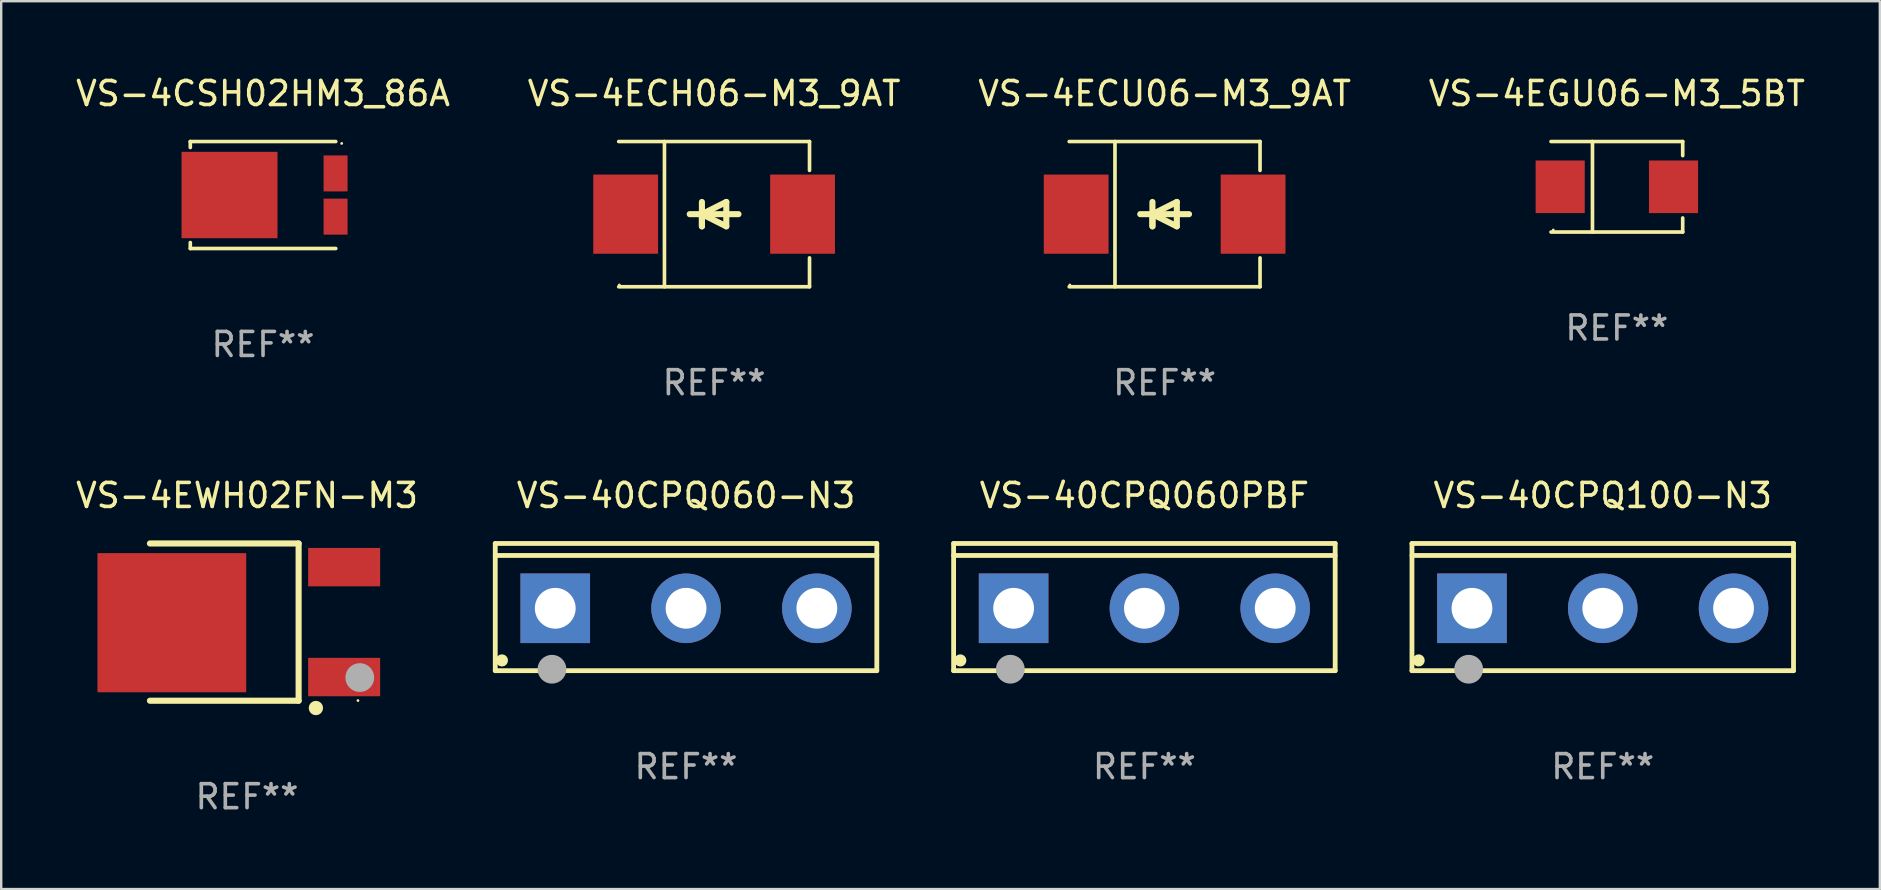
<source format=kicad_pcb>
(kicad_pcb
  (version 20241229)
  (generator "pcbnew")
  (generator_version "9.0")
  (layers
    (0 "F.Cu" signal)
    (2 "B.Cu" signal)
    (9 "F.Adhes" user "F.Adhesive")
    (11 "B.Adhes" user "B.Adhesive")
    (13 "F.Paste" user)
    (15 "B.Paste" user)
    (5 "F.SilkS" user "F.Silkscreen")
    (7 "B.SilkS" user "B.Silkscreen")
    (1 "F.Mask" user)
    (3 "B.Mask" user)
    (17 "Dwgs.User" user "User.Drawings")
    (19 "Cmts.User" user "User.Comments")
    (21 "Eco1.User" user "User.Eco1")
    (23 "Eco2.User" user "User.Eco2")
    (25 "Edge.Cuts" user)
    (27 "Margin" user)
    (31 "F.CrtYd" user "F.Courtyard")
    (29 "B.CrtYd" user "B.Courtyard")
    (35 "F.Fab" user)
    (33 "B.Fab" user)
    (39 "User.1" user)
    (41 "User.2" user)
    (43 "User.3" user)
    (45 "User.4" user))
  (footprint "VS-4ECH06-M3_9AT"
    (layer "F.Cu")
    (at 26.708 5.874)
    (property "Reference" "VS-4ECH06-M3_9AT" (at 0 -5.026 0) (layer "F.SilkS") (effects (font (size 1 1) (thickness 0.15))))
    (attr through_hole)
    (fp_line (start -3.976 -3.026) (end 3.976 -3.026) (stroke (width 0.152) (type solid)) (layer "F.SilkS"))
    (fp_line (start -3.976 3.026) (end 3.976 3.026) (stroke (width 0.152) (type solid)) (layer "F.SilkS"))
    (fp_line (start -2.069 -3.026) (end -2.069 3.026) (stroke (width 0.152) (type solid)) (layer "F.SilkS"))
    (fp_line (start -0.508 0) (end -0.508 0.508) (stroke (width 0.254) (type solid)) (layer "F.SilkS"))
    (fp_line (start -0.508 0) (end 0.508 0.508) (stroke (width 0.254) (type solid)) (layer "F.SilkS"))
    (fp_line (start -0.508 0.508) (end -0.508 -0.508) (stroke (width 0.254) (type solid)) (layer "F.SilkS"))
    (fp_line (start 0.508 -0.508) (end -0.508 0) (stroke (width 0.254) (type solid)) (layer "F.SilkS"))
    (fp_line (start 0.508 0.508) (end 0.508 -0.508) (stroke (width 0.254) (type solid)) (layer "F.SilkS"))
    (fp_line (start 1.016 0) (end -1.016 0) (stroke (width 0.254) (type solid)) (layer "F.SilkS"))
    (fp_line (start 3.976 -3.026) (end 3.976 -1.823) (stroke (width 0.152) (type solid)) (layer "F.SilkS"))
    (fp_line (start 3.976 3.026) (end 3.976 1.823) (stroke (width 0.152) (type solid)) (layer "F.SilkS"))
    (fp_circle (center -3.95 2.95) (end -3.92 2.95) (stroke (width 0.06) (type solid)) (fill no) (layer "F.SilkS"))
    (fp_text user "REF**" (at 0 7.026 0) (layer "F.Fab") (effects (font (size 1 1) (thickness 0.15))))
    (pad "1" smd rect (at -3.686 0) (size 2.7 3.3) (layers "F.Cu" "F.Mask" "F.Paste"))
    (pad "2" smd rect (at 3.686 0) (size 2.7 3.3) (layers "F.Cu" "F.Mask" "F.Paste")))
  (footprint "VS-40CPQ060PBF"
    (layer "F.Cu")
    (at 44.639 22.248)
    (property "Reference" "VS-40CPQ060PBF" (at 0 -4.65 0) (layer "F.SilkS") (effects (font (size 1 1) (thickness 0.15))))
    (attr through_hole)
    (fp_line (start -7.95 -2.65) (end -7.95 2.65) (stroke (width 0.2) (type solid)) (layer "F.SilkS"))
    (fp_line (start -7.95 -2.15) (end 7.95 -2.15) (stroke (width 0.2) (type solid)) (layer "F.SilkS"))
    (fp_line (start -7.95 2.65) (end 7.95 2.65) (stroke (width 0.2) (type solid)) (layer "F.SilkS"))
    (fp_line (start 7.95 -2.65) (end -7.95 -2.65) (stroke (width 0.2) (type solid)) (layer "F.SilkS"))
    (fp_line (start 7.95 2.65) (end 7.95 -2.65) (stroke (width 0.2) (type solid)) (layer "F.SilkS"))
    (fp_circle (center -7.672 2.223) (end -7.545 2.223) (stroke (width 0.254) (type solid)) (fill no) (layer "F.SilkS"))
    (fp_circle (center -5.587 2.59) (end -5.287 2.59) (stroke (width 0.6) (type solid)) (fill no) (layer "F.Fab"))
    (fp_text user "REF**" (at 0 6.65 0) (layer "F.Fab") (effects (font (size 1 1) (thickness 0.15))))
    (pad "1" thru_hole rect (at -5.45 0.05) (size 2.9 2.9) (drill 1.7) (layers "*.Cu" "*.Mask"))
    (pad "2" thru_hole circle (at 0.001 0.05) (size 2.9 2.9) (drill 1.7) (layers "*.Cu" "*.Mask"))
    (pad "3" thru_hole circle (at 5.451 0.05) (size 2.9 2.9) (drill 1.7) (layers "*.Cu" "*.Mask")))
  (footprint "VS-4CSH02HM3_86A"
    (layer "F.Cu")
    (at 7.911 5.077)
    (property "Reference" "VS-4CSH02HM3_86A" (at 0 -4.229 0) (layer "F.SilkS") (effects (font (size 1 1) (thickness 0.15))))
    (attr through_hole)
    (fp_line (start -3.031 -2.229) (end -3.031 -1.98) (stroke (width 0.152) (type solid)) (layer "F.SilkS"))
    (fp_line (start -3.031 1.98) (end -3.031 2.229) (stroke (width 0.152) (type solid)) (layer "F.SilkS"))
    (fp_line (start 3.031 -2.229) (end -3.031 -2.229) (stroke (width 0.152) (type solid)) (layer "F.SilkS"))
    (fp_line (start 3.031 2.229) (end -3.031 2.229) (stroke (width 0.152) (type solid)) (layer "F.SilkS"))
    (fp_circle (center 3.278 -2.15) (end 3.308 -2.15) (stroke (width 0.06) (type solid)) (fill no) (layer "F.SilkS"))
    (fp_text user "REF**" (at 0 6.229 0) (layer "F.Fab") (effects (font (size 1 1) (thickness 0.15))))
    (pad "1" smd rect (at 3.023 -0.9) (size 1 1.5) (layers "F.Cu" "F.Mask" "F.Paste"))
    (pad "2" smd rect (at 3.023 0.9) (size 1 1.5) (layers "F.Cu" "F.Mask" "F.Paste"))
    (pad "3" smd rect (at -1.397 0) (size 4 3.6) (layers "F.Cu" "F.Mask" "F.Paste")))
  (footprint "VS-4EWH02FN-M3"
    (layer "F.Cu")
    (at 7.244 22.874)
    (property "Reference" "VS-4EWH02FN-M3" (at 0 -5.277 0) (layer "F.SilkS") (effects (font (size 1 1) (thickness 0.15))))
    (attr through_hole)
    (fp_line (start -4.047 -3.277) (end 2.15 -3.277) (stroke (width 0.254) (type solid)) (layer "F.SilkS"))
    (fp_line (start 2.15 -3.277) (end 2.15 3.277) (stroke (width 0.254) (type solid)) (layer "F.SilkS"))
    (fp_line (start 2.15 3.277) (end -4.047 3.277) (stroke (width 0.254) (type solid)) (layer "F.SilkS"))
    (fp_circle (center 2.87 3.581) (end 3.02 3.581) (stroke (width 0.3) (type solid)) (fill no) (layer "F.SilkS"))
    (fp_circle (center 4.623 3.27) (end 4.653 3.27) (stroke (width 0.06) (type solid)) (fill no) (layer "F.SilkS"))
    (fp_circle (center 4.699 2.311) (end 4.999 2.311) (stroke (width 0.6) (type solid)) (fill no) (layer "F.Fab"))
    (fp_text user "REF**" (at 0 7.277 0) (layer "F.Fab") (effects (font (size 1 1) (thickness 0.15))))
    (pad "1" smd rect (at 4.047 2.29) (size 3 1.6) (layers "F.Cu" "F.Mask" "F.Paste"))
    (pad "3" smd rect (at 4.047 -2.29) (size 3 1.6) (layers "F.Cu" "F.Mask" "F.Paste"))
    (pad "4" smd rect (at -3.133 0.025) (size 6.2 5.8) (layers "F.Cu" "F.Mask" "F.Paste")))
  (footprint "VS-4ECU06-M3_9AT"
    (layer "F.Cu")
    (at 45.482 5.874)
    (property "Reference" "VS-4ECU06-M3_9AT" (at 0 -5.026 0) (layer "F.SilkS") (effects (font (size 1 1) (thickness 0.15))))
    (attr through_hole)
    (fp_line (start -3.976 -3.026) (end 3.976 -3.026) (stroke (width 0.152) (type solid)) (layer "F.SilkS"))
    (fp_line (start -3.976 3.026) (end 3.976 3.026) (stroke (width 0.152) (type solid)) (layer "F.SilkS"))
    (fp_line (start -2.069 -3.026) (end -2.069 3.026) (stroke (width 0.152) (type solid)) (layer "F.SilkS"))
    (fp_line (start -0.508 0) (end -0.508 0.508) (stroke (width 0.254) (type solid)) (layer "F.SilkS"))
    (fp_line (start -0.508 0) (end 0.508 0.508) (stroke (width 0.254) (type solid)) (layer "F.SilkS"))
    (fp_line (start -0.508 0.508) (end -0.508 -0.508) (stroke (width 0.254) (type solid)) (layer "F.SilkS"))
    (fp_line (start 0.508 -0.508) (end -0.508 0) (stroke (width 0.254) (type solid)) (layer "F.SilkS"))
    (fp_line (start 0.508 0.508) (end 0.508 -0.508) (stroke (width 0.254) (type solid)) (layer "F.SilkS"))
    (fp_line (start 1.016 0) (end -1.016 0) (stroke (width 0.254) (type solid)) (layer "F.SilkS"))
    (fp_line (start 3.976 -3.026) (end 3.976 -1.823) (stroke (width 0.152) (type solid)) (layer "F.SilkS"))
    (fp_line (start 3.976 3.026) (end 3.976 1.823) (stroke (width 0.152) (type solid)) (layer "F.SilkS"))
    (fp_circle (center -3.95 2.95) (end -3.92 2.95) (stroke (width 0.06) (type solid)) (fill no) (layer "F.SilkS"))
    (fp_text user "REF**" (at 0 7.026 0) (layer "F.Fab") (effects (font (size 1 1) (thickness 0.15))))
    (pad "1" smd rect (at -3.686 0) (size 2.7 3.3) (layers "F.Cu" "F.Mask" "F.Paste"))
    (pad "2" smd rect (at 3.686 0) (size 2.7 3.3) (layers "F.Cu" "F.Mask" "F.Paste")))
  (footprint "VS-4EGU06-M3_5BT"
    (layer "F.Cu")
    (at 64.327 4.734)
    (property "Reference" "VS-4EGU06-M3_5BT" (at 0 -3.886 0) (layer "F.SilkS") (effects (font (size 1 1) (thickness 0.15))))
    (attr through_hole)
    (fp_line (start -2.744 -1.886) (end 2.744 -1.886) (stroke (width 0.152) (type solid)) (layer "F.SilkS"))
    (fp_line (start -2.744 1.886) (end 2.744 1.886) (stroke (width 0.152) (type solid)) (layer "F.SilkS"))
    (fp_line (start -1.016 -1.886) (end -1.016 1.886) (stroke (width 0.152) (type solid)) (layer "F.SilkS"))
    (fp_line (start 2.744 -1.886) (end 2.744 -1.299) (stroke (width 0.152) (type solid)) (layer "F.SilkS"))
    (fp_line (start 2.744 1.886) (end 2.744 1.299) (stroke (width 0.152) (type solid)) (layer "F.SilkS"))
    (fp_circle (center -2.65 1.8) (end -2.62 1.8) (stroke (width 0.06) (type solid)) (fill no) (layer "F.SilkS"))
    (fp_text user "REF**" (at 0 5.886 0) (layer "F.Fab") (effects (font (size 1 1) (thickness 0.15))))
    (pad "1" smd rect (at -2.361 0) (size 2.047 2.192) (layers "F.Cu" "F.Mask" "F.Paste"))
    (pad "2" smd rect (at 2.361 0) (size 2.047 2.192) (layers "F.Cu" "F.Mask" "F.Paste")))
  (footprint "VS-40CPQ060-N3"
    (layer "F.Cu")
    (at 25.538 22.248)
    (property "Reference" "VS-40CPQ060-N3" (at 0 -4.65 0) (layer "F.SilkS") (effects (font (size 1 1) (thickness 0.15))))
    (attr through_hole)
    (fp_line (start -7.95 -2.65) (end -7.95 2.65) (stroke (width 0.2) (type solid)) (layer "F.SilkS"))
    (fp_line (start -7.95 -2.15) (end 7.95 -2.15) (stroke (width 0.2) (type solid)) (layer "F.SilkS"))
    (fp_line (start -7.95 2.65) (end 7.95 2.65) (stroke (width 0.2) (type solid)) (layer "F.SilkS"))
    (fp_line (start 7.95 -2.65) (end -7.95 -2.65) (stroke (width 0.2) (type solid)) (layer "F.SilkS"))
    (fp_line (start 7.95 2.65) (end 7.95 -2.65) (stroke (width 0.2) (type solid)) (layer "F.SilkS"))
    (fp_circle (center -7.672 2.223) (end -7.545 2.223) (stroke (width 0.254) (type solid)) (fill no) (layer "F.SilkS"))
    (fp_circle (center -5.587 2.59) (end -5.287 2.59) (stroke (width 0.6) (type solid)) (fill no) (layer "F.Fab"))
    (fp_text user "REF**" (at 0 6.65 0) (layer "F.Fab") (effects (font (size 1 1) (thickness 0.15))))
    (pad "1" thru_hole rect (at -5.45 0.05) (size 2.9 2.9) (drill 1.7) (layers "*.Cu" "*.Mask"))
    (pad "2" thru_hole circle (at 0.001 0.05) (size 2.9 2.9) (drill 1.7) (layers "*.Cu" "*.Mask"))
    (pad "3" thru_hole circle (at 5.451 0.05) (size 2.9 2.9) (drill 1.7) (layers "*.Cu" "*.Mask")))
  (footprint "VS-40CPQ100-N3"
    (layer "F.Cu")
    (at 63.739 22.248)
    (property "Reference" "VS-40CPQ100-N3" (at 0 -4.65 0) (layer "F.SilkS") (effects (font (size 1 1) (thickness 0.15))))
    (attr through_hole)
    (fp_line (start -7.95 -2.65) (end -7.95 2.65) (stroke (width 0.2) (type solid)) (layer "F.SilkS"))
    (fp_line (start -7.95 -2.15) (end 7.95 -2.15) (stroke (width 0.2) (type solid)) (layer "F.SilkS"))
    (fp_line (start -7.95 2.65) (end 7.95 2.65) (stroke (width 0.2) (type solid)) (layer "F.SilkS"))
    (fp_line (start 7.95 -2.65) (end -7.95 -2.65) (stroke (width 0.2) (type solid)) (layer "F.SilkS"))
    (fp_line (start 7.95 2.65) (end 7.95 -2.65) (stroke (width 0.2) (type solid)) (layer "F.SilkS"))
    (fp_circle (center -7.672 2.223) (end -7.545 2.223) (stroke (width 0.254) (type solid)) (fill no) (layer "F.SilkS"))
    (fp_circle (center -5.587 2.59) (end -5.287 2.59) (stroke (width 0.6) (type solid)) (fill no) (layer "F.Fab"))
    (fp_text user "REF**" (at 0 6.65 0) (layer "F.Fab") (effects (font (size 1 1) (thickness 0.15))))
    (pad "1" thru_hole rect (at -5.45 0.05) (size 2.9 2.9) (drill 1.7) (layers "*.Cu" "*.Mask"))
    (pad "2" thru_hole circle (at 0.001 0.05) (size 2.9 2.9) (drill 1.7) (layers "*.Cu" "*.Mask"))
    (pad "3" thru_hole circle (at 5.451 0.05) (size 2.9 2.9) (drill 1.7) (layers "*.Cu" "*.Mask")))
  (gr_rect
    (start -3 -3)
    (end 75.286 33.999)
    (stroke (width 0.1) (type default))
    (fill no)
    (layer "Edge.Cuts")))
</source>
